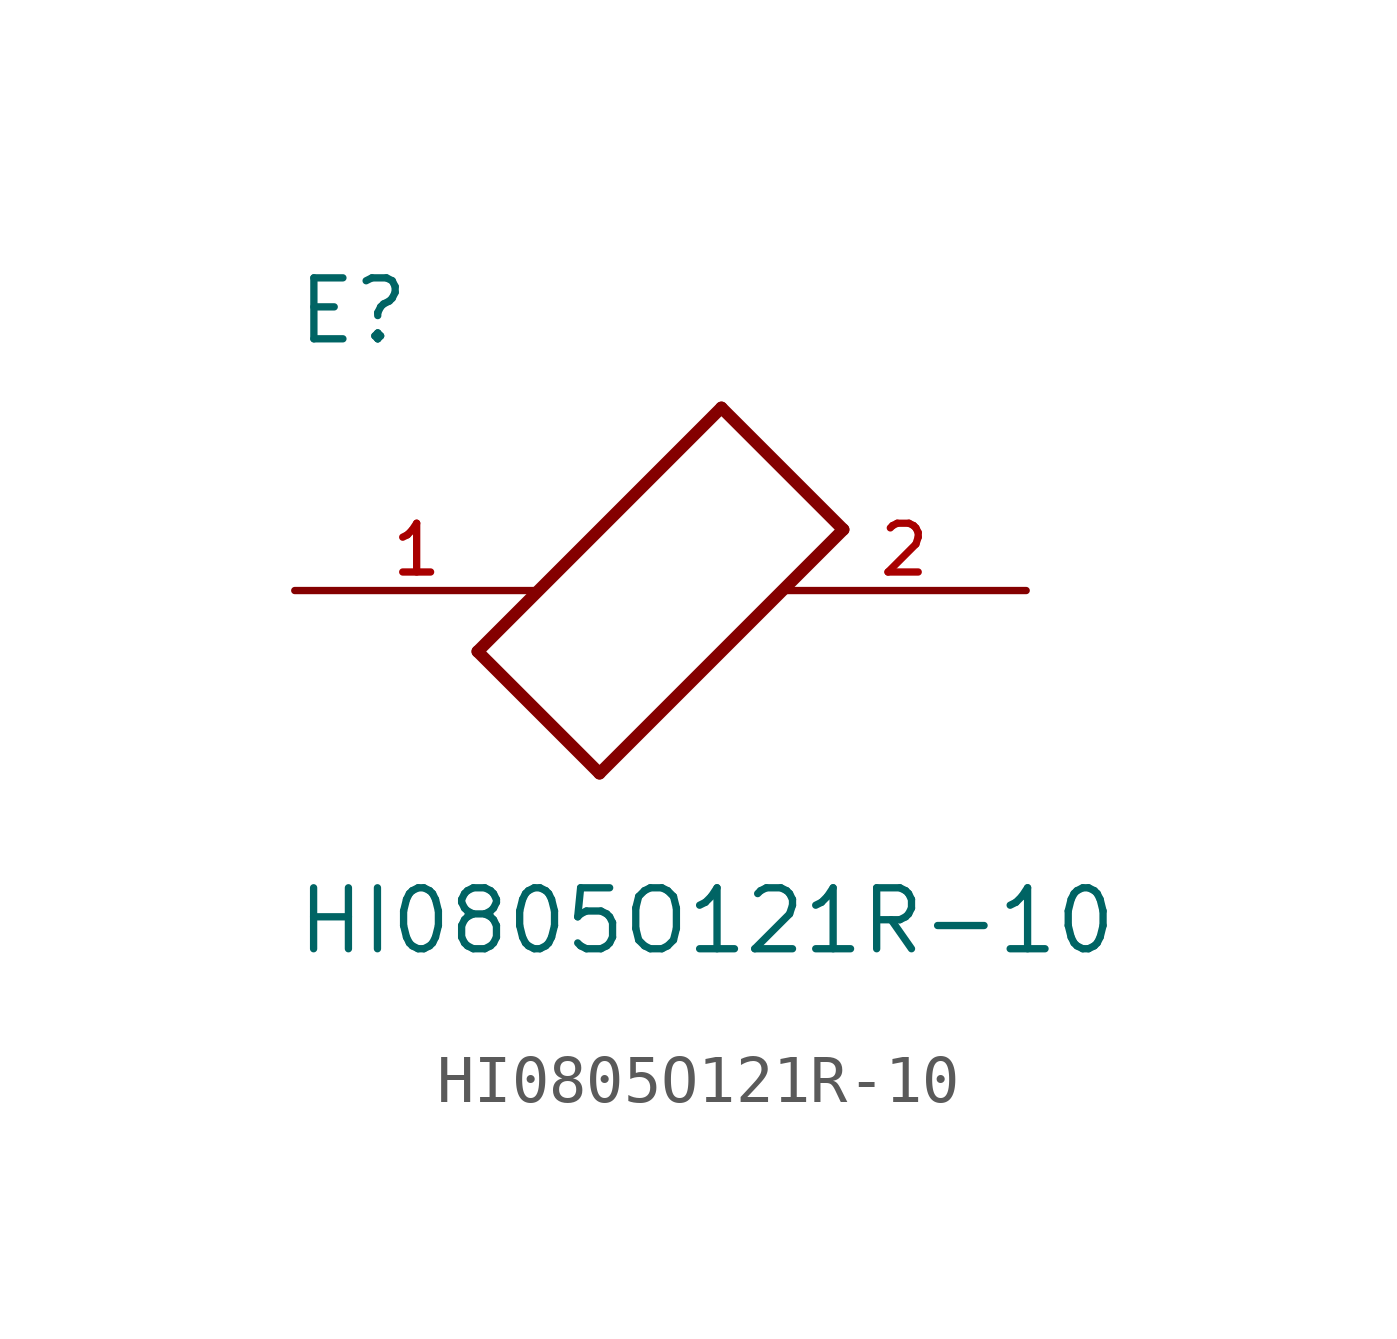
<source format=kicad_sym>
(kicad_symbol_lib
  (version 20220914)
  (generator kicad_symbol_editor)
  (symbol "HI0805O121R-10"
    (pin_names
      (offset 1.016))
    (property "Reference" "E"
      (at -7.624 5.082 0)
      (effects (font (size 1.27 1.27)) (justify left bottom)))
    (property "Value" "HI0805O121R-10"
      (at -7.63 -7.627 0)
      (effects (font (size 1.27 1.27)) (justify left bottom)))
    (symbol "HI0805O121R-10_0_0"
      (polyline (pts (xy -3.81 -1.27) (xy -1.27 -3.81)) (stroke (width 0.254) (type default)) (fill (type none)))
      (polyline (pts (xy -1.27 -3.81) (xy 3.81 1.27)) (stroke (width 0.254) (type default)) (fill (type none)))
      (polyline (pts (xy 1.27 3.81) (xy -3.81 -1.27)) (stroke (width 0.254) (type default)) (fill (type none)))
      (polyline (pts (xy 3.81 1.27) (xy 1.27 3.81)) (stroke (width 0.254) (type default)) (fill (type none)))
      (pin passive line (at -7.62 0 0) (length 5.08) (name "~" (effects (font (size 1.016 1.016)))) (number "1" (effects (font (size 1.016 1.016)))))
      (pin passive line (at 7.62 0 180) (length 5.08) (name "~" (effects (font (size 1.016 1.016)))) (number "2" (effects (font (size 1.016 1.016))))))))
</source>
